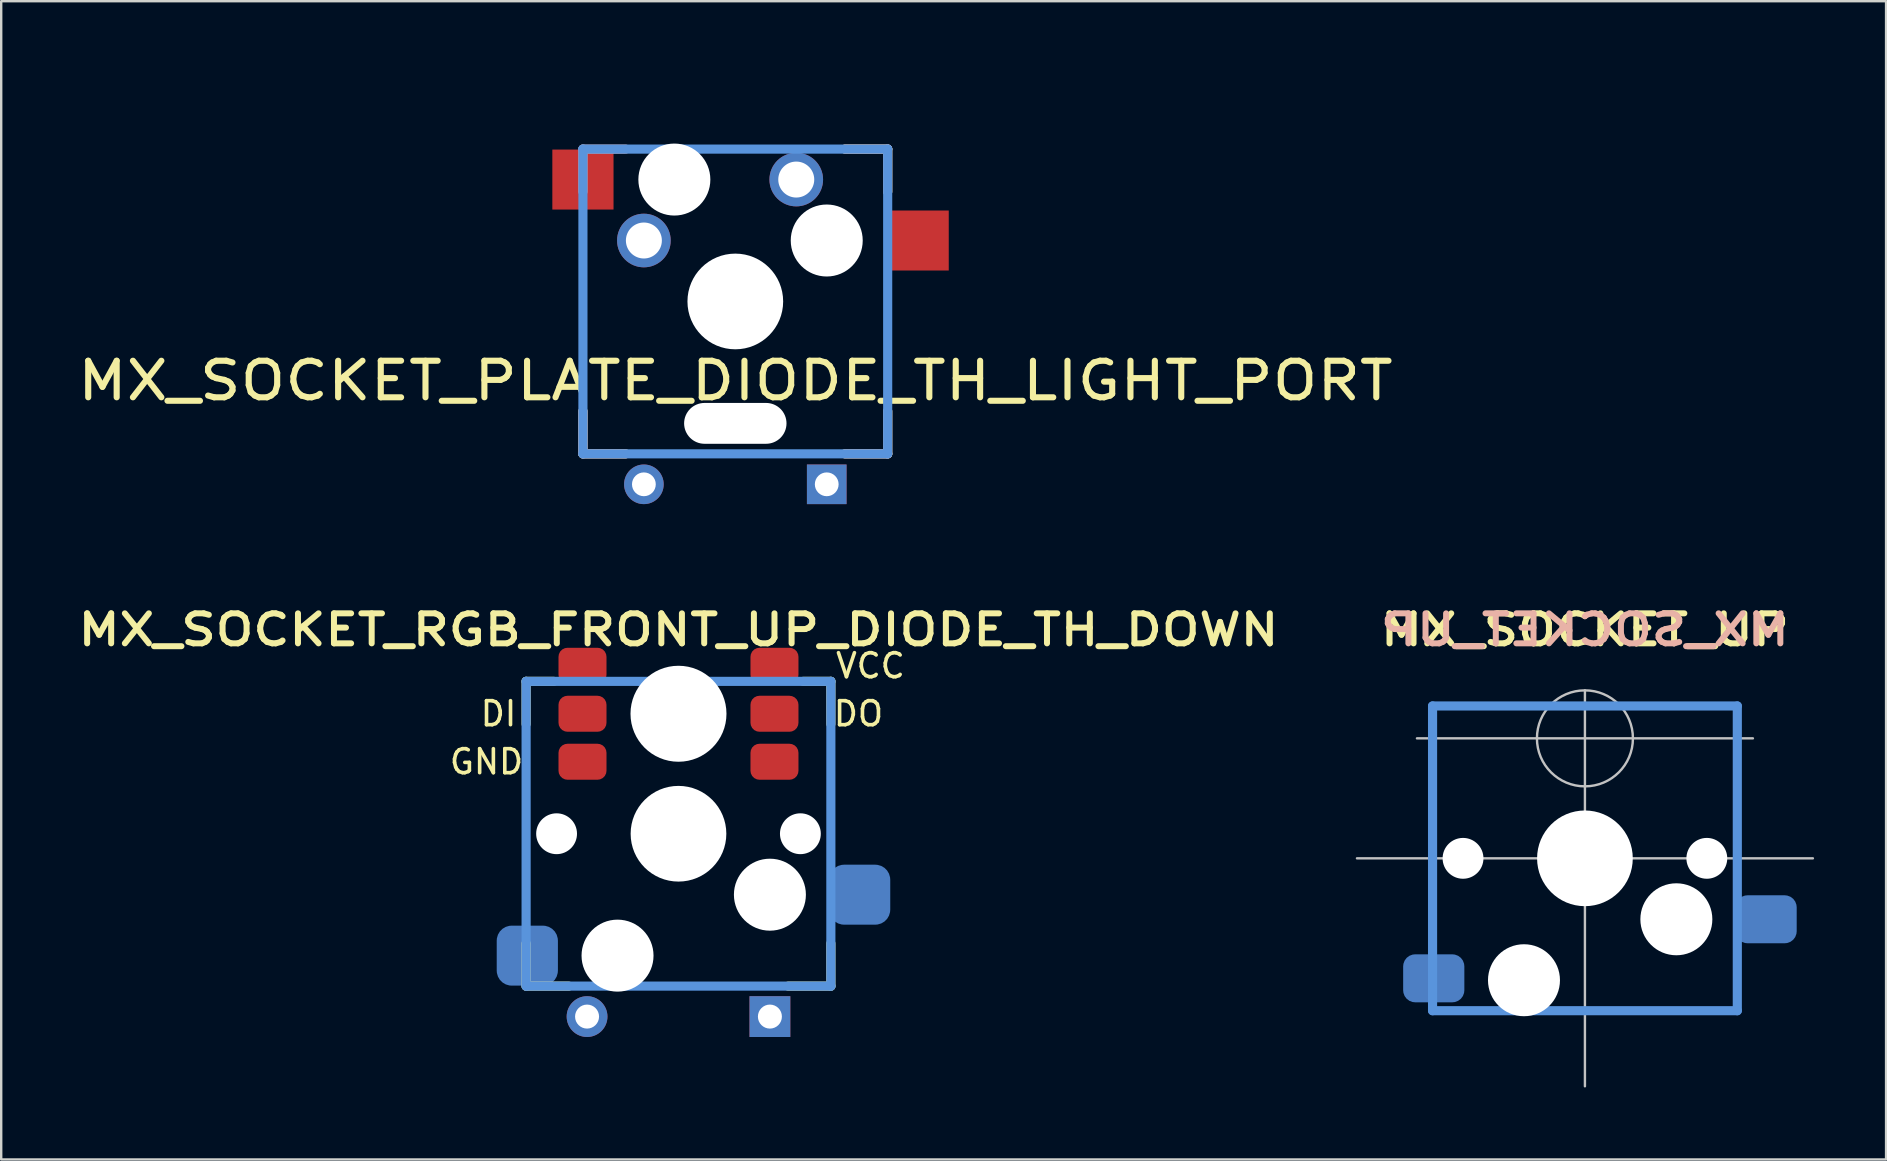
<source format=kicad_pcb>
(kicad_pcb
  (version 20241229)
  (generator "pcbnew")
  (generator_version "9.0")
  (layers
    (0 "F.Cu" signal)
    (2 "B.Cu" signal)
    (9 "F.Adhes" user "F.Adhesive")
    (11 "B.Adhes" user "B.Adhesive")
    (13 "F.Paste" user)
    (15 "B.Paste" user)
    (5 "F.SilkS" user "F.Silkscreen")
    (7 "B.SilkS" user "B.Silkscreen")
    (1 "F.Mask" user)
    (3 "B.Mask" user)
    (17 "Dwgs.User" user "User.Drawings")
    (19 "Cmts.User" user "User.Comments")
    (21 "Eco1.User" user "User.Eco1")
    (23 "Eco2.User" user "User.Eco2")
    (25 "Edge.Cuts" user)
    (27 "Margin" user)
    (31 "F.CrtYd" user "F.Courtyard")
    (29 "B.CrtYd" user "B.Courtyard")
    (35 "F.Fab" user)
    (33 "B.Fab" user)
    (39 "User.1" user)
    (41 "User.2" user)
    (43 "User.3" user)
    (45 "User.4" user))
  (footprint "MX_SOCKET_UP"
    (layer "F.Cu")
    (at 63 32.72)
    (property "Reference" "MX_SOCKET_UP" (at 0 -9.525 180) (layer "F.SilkS") (effects (font (size 1.25 1.5) (thickness 0.25))))
    (attr through_hole)
    (fp_line (start -9.5 0) (end 9.5 0) (stroke (width 0.1) (type solid)) (layer "Dwgs.User"))
    (fp_line (start -7 -5) (end 7 -5) (stroke (width 0.1) (type solid)) (layer "Dwgs.User"))
    (fp_line (start 0 -7) (end 0 9.5) (stroke (width 0.1) (type solid)) (layer "Dwgs.User"))
    (fp_circle (center 0 -5) (end 2 -5) (stroke (width 0.1) (type solid)) (fill no) (layer "Dwgs.User"))
    (fp_line (start -6.35 -6.35) (end 6.35 -6.35) (stroke (width 0.381) (type solid)) (layer "Cmts.User"))
    (fp_line (start -6.35 6.35) (end -6.35 -6.35) (stroke (width 0.381) (type solid)) (layer "Cmts.User"))
    (fp_line (start 6.35 -6.35) (end 6.35 6.35) (stroke (width 0.381) (type solid)) (layer "Cmts.User"))
    (fp_line (start 6.35 6.35) (end -6.35 6.35) (stroke (width 0.381) (type solid)) (layer "Cmts.User"))
    (fp_line (start -9.5 -9.5) (end 9.5 -9.5) (stroke (width 0.025) (type solid)) (layer "Eco2.User"))
    (fp_line (start -9.5 9.5) (end -9.5 -9.5) (stroke (width 0.025) (type solid)) (layer "Eco2.User"))
    (fp_line (start -7 -7) (end 7 -7) (stroke (width 0.025) (type solid)) (layer "Eco2.User"))
    (fp_line (start -7 7) (end -7 -7) (stroke (width 0.025) (type solid)) (layer "Eco2.User"))
    (fp_line (start 7 7) (end -7 7) (stroke (width 0.025) (type solid)) (layer "Eco2.User"))
    (fp_line (start 7 7) (end 7 -7) (stroke (width 0.025) (type solid)) (layer "Eco2.User"))
    (fp_line (start 9.5 -9.5) (end 9.5 9.5) (stroke (width 0.025) (type solid)) (layer "Eco2.User"))
    (fp_line (start 9.5 9.5) (end -9.5 9.5) (stroke (width 0.025) (type solid)) (layer "Eco2.User"))
    (fp_text user "${REFERENCE}" (at 0 -9.525 0) (layer "B.SilkS") (effects (font (size 1.25 1.5) (thickness 0.25)) (justify mirror)))
    (pad "" np_thru_hole circle (at -5.08 0 180) (size 1.702 1.702) (drill 1.702) (layers "*.Cu" "*.Mask"))
    (pad "" np_thru_hole circle (at -2.54 5.08 180) (size 3 3) (drill 3) (layers "*.Cu" "*.Mask"))
    (pad "" np_thru_hole circle (at 0 0 180) (size 3.988 3.988) (drill 3.988) (layers "*.Cu" "*.Mask"))
    (pad "" np_thru_hole circle (at 3.81 2.54 180) (size 3 3) (drill 3) (layers "*.Cu" "*.Mask"))
    (pad "" np_thru_hole circle (at 5.08 0 180) (size 1.702 1.702) (drill 1.702) (layers "*.Cu" "*.Mask"))
    (pad "1" smd roundrect (at 7.55 2.54 180) (size 2.55 2) (layers "B.Cu" "B.Mask" "B.Paste") (roundrect_rratio 0.25))
    (pad "2" smd roundrect (at -6.3 5 180) (size 2.55 2) (layers "B.Cu" "B.Mask" "B.Paste") (roundrect_rratio 0.25)))
  (footprint "MX_SOCKET_RGB_FRONT_UP_DIODE_TH_DOWN"
    (layer "F.Cu")
    (at 25.225 31.695)
    (property "Reference" "MX_SOCKET_RGB_FRONT_UP_DIODE_TH_DOWN" (at 0 -8.5 180) (layer "F.SilkS") (effects (font (size 1.25 1.5) (thickness 0.25))))
    (attr through_hole)
    (fp_line (start -6.35 -6.35) (end -5.2 -6.35) (stroke (width 0.381) (type solid)) (layer "F.SilkS"))
    (fp_line (start -6.35 -4.572) (end -6.35 -6.35) (stroke (width 0.381) (type solid)) (layer "F.SilkS"))
    (fp_line (start -6.35 6.35) (end -6.35 4.572) (stroke (width 0.381) (type solid)) (layer "F.SilkS"))
    (fp_line (start -4.572 6.35) (end -6.35 6.35) (stroke (width 0.381) (type solid)) (layer "F.SilkS"))
    (fp_line (start 5.2 -6.35) (end 6.35 -6.35) (stroke (width 0.381) (type solid)) (layer "F.SilkS"))
    (fp_line (start 6.35 -6.35) (end 6.35 -4.572) (stroke (width 0.381) (type solid)) (layer "F.SilkS"))
    (fp_line (start 6.35 4.572) (end 6.35 6.35) (stroke (width 0.381) (type solid)) (layer "F.SilkS"))
    (fp_line (start 6.35 6.35) (end 4.572 6.35) (stroke (width 0.381) (type solid)) (layer "F.SilkS"))
    (fp_line (start -6.35 -6.35) (end 6.35 -6.35) (stroke (width 0.381) (type solid)) (layer "Cmts.User"))
    (fp_line (start -6.35 6.35) (end -6.35 -6.35) (stroke (width 0.381) (type solid)) (layer "Cmts.User"))
    (fp_line (start 6.35 -6.35) (end 6.35 6.35) (stroke (width 0.381) (type solid)) (layer "Cmts.User"))
    (fp_line (start 6.35 6.35) (end -6.35 6.35) (stroke (width 0.381) (type solid)) (layer "Cmts.User"))
    (fp_line (start -9.5 -9.5) (end 9.5 -9.5) (stroke (width 0.025) (type solid)) (layer "Eco2.User"))
    (fp_line (start -9.5 9.5) (end -9.5 -9.5) (stroke (width 0.025) (type solid)) (layer "Eco2.User"))
    (fp_line (start -7 -7) (end 7 -7) (stroke (width 0.025) (type solid)) (layer "Eco2.User"))
    (fp_line (start -7 7) (end -7 -7) (stroke (width 0.025) (type solid)) (layer "Eco2.User"))
    (fp_line (start 7 7) (end -7 7) (stroke (width 0.025) (type solid)) (layer "Eco2.User"))
    (fp_line (start 7 7) (end 7 -7) (stroke (width 0.025) (type solid)) (layer "Eco2.User"))
    (fp_line (start 9.5 -9.5) (end 9.5 9.5) (stroke (width 0.025) (type solid)) (layer "Eco2.User"))
    (fp_line (start 9.5 9.5) (end -9.5 9.5) (stroke (width 0.025) (type solid)) (layer "Eco2.User"))
    (fp_text user "DI" (at -7.5 -5 0) (layer "F.SilkS") (effects (font (size 1 1) (thickness 0.15))))
    (fp_text user "VCC" (at 8 -7 0) (layer "F.SilkS") (effects (font (size 1 1) (thickness 0.15))))
    (fp_text user "GND" (at -8 -3 0) (layer "F.SilkS") (effects (font (size 1 1) (thickness 0.15))))
    (fp_text user "DO" (at 7.5 -5 0) (layer "F.SilkS") (effects (font (size 1 1) (thickness 0.15))))
    (pad "" np_thru_hole circle (at -5.08 0 180) (size 1.702 1.702) (drill 1.702) (layers "*.Cu" "*.Mask"))
    (pad "" np_thru_hole circle (at -2.54 5.08 180) (size 3 3) (drill 3) (layers "*.Cu" "*.Mask"))
    (pad "" np_thru_hole circle (at 0 -5 180) (size 4 4) (drill 4) (layers "*.Cu" "*.Mask"))
    (pad "" np_thru_hole circle (at 0 0 180) (size 3.988 3.988) (drill 3.988) (layers "*.Cu" "*.Mask"))
    (pad "" np_thru_hole circle (at 3.81 2.54 180) (size 3 3) (drill 3) (layers "*.Cu" "*.Mask"))
    (pad "" np_thru_hole circle (at 5.08 0 180) (size 1.702 1.702) (drill 1.702) (layers "*.Cu" "*.Mask"))
    (pad "1" smd roundrect (at 7.55 2.54 180) (size 2.55 2.5) (layers "B.Cu" "B.Mask" "B.Paste") (roundrect_rratio 0.25))
    (pad "2" smd roundrect (at -6.3 5.08 180) (size 2.55 2.5) (layers "B.Cu" "B.Mask" "B.Paste") (roundrect_rratio 0.25))
    (pad "3" thru_hole circle (at -3.81 7.62) (size 1.7 1.7) (drill 1) (layers "*.Cu" "*.Mask"))
    (pad "4" thru_hole rect (at 3.81 7.62) (size 1.7 1.7) (drill 1) (layers "*.Cu" "*.Mask"))
    (pad "5" smd roundrect (at -4 -5 180) (size 2 1.5) (layers "F.Cu" "F.Mask" "F.Paste") (roundrect_rratio 0.25))
    (pad "6" smd roundrect (at 4 -5 180) (size 2 1.5) (layers "F.Cu" "F.Mask" "F.Paste") (roundrect_rratio 0.25))
    (pad "7" smd roundrect (at -4 -7 180) (size 2 1.5) (layers "F.Cu" "F.Mask" "F.Paste") (roundrect_rratio 0.25))
    (pad "7" smd roundrect (at 4 -7 180) (size 2 1.5) (layers "F.Cu" "F.Mask" "F.Paste") (roundrect_rratio 0.25))
    (pad "8" smd roundrect (at -4 -3 180) (size 2 1.5) (layers "F.Cu" "F.Mask" "F.Paste") (roundrect_rratio 0.25))
    (pad "8" smd roundrect (at 4 -3 180) (size 2 1.5) (layers "F.Cu" "F.Mask" "F.Paste") (roundrect_rratio 0.25)))
  (footprint "MX_SOCKET_PLATE_DIODE_TH_LIGHT_PORT"
    (layer "F.Cu")
    (at 27.593 9.513)
    (property "Reference" "MX_SOCKET_PLATE_DIODE_TH_LIGHT_PORT" (at 0 3.302 0) (layer "F.SilkS") (effects (font (size 1.524 1.778) (thickness 0.254))))
    (attr through_hole)
    (fp_line (start -6.35 6.35) (end -6.35 4.572) (stroke (width 0.381) (type solid)) (layer "F.SilkS"))
    (fp_line (start -4.572 6.35) (end -6.35 6.35) (stroke (width 0.381) (type solid)) (layer "F.SilkS"))
    (fp_line (start 4.572 -6.35) (end 6.35 -6.35) (stroke (width 0.381) (type solid)) (layer "F.SilkS"))
    (fp_line (start 6.35 -6.35) (end 6.35 -4.572) (stroke (width 0.381) (type solid)) (layer "F.SilkS"))
    (fp_line (start 6.35 4.572) (end 6.35 6.35) (stroke (width 0.381) (type solid)) (layer "F.SilkS"))
    (fp_line (start 6.35 6.35) (end 4.572 6.35) (stroke (width 0.381) (type solid)) (layer "F.SilkS"))
    (fp_line (start -6.35 -6.35) (end -4.572 -6.35) (stroke (width 0.381) (type solid)) (layer "B.SilkS"))
    (fp_line (start -6.35 -4.572) (end -6.35 -6.35) (stroke (width 0.381) (type solid)) (layer "B.SilkS"))
    (fp_line (start -6.35 6.35) (end -6.35 4.572) (stroke (width 0.381) (type solid)) (layer "B.SilkS"))
    (fp_line (start -4.572 6.35) (end -6.35 6.35) (stroke (width 0.381) (type solid)) (layer "B.SilkS"))
    (fp_line (start 4.572 -6.35) (end 6.35 -6.35) (stroke (width 0.381) (type solid)) (layer "B.SilkS"))
    (fp_line (start 6.35 -6.35) (end 6.35 -4.572) (stroke (width 0.381) (type solid)) (layer "B.SilkS"))
    (fp_line (start 6.35 4.572) (end 6.35 6.35) (stroke (width 0.381) (type solid)) (layer "B.SilkS"))
    (fp_line (start 6.35 6.35) (end 4.572 6.35) (stroke (width 0.381) (type solid)) (layer "B.SilkS"))
    (fp_line (start -6.35 -6.35) (end 6.35 -6.35) (stroke (width 0.381) (type solid)) (layer "Cmts.User"))
    (fp_line (start -6.35 6.35) (end -6.35 -6.35) (stroke (width 0.381) (type solid)) (layer "Cmts.User"))
    (fp_line (start 6.35 -6.35) (end 6.35 6.35) (stroke (width 0.381) (type solid)) (layer "Cmts.User"))
    (fp_line (start 6.35 6.35) (end -6.35 6.35) (stroke (width 0.381) (type solid)) (layer "Cmts.User"))
    (fp_line (start -9.5 -9.5) (end 9.5 -9.5) (stroke (width 0.025) (type solid)) (layer "Eco2.User"))
    (fp_line (start -9.5 9.5) (end -9.5 -9.5) (stroke (width 0.025) (type solid)) (layer "Eco2.User"))
    (fp_line (start -7.798 -6.005) (end -6.985 -6.005) (stroke (width 0.152) (type solid)) (layer "Eco2.User"))
    (fp_line (start -7.798 -2.504) (end -7.798 -6.005) (stroke (width 0.152) (type solid)) (layer "Eco2.User"))
    (fp_line (start -7.798 2.504) (end -6.985 2.504) (stroke (width 0.152) (type solid)) (layer "Eco2.User"))
    (fp_line (start -7.798 6.005) (end -7.798 2.504) (stroke (width 0.152) (type solid)) (layer "Eco2.User"))
    (fp_line (start -6.985 -6.985) (end 6.985 -6.985) (stroke (width 0.025) (type solid)) (layer "Eco2.User"))
    (fp_line (start -6.985 -6.005) (end -6.985 -6.985) (stroke (width 0.025) (type solid)) (layer "Eco2.User"))
    (fp_line (start -6.985 -2.504) (end -7.798 -2.504) (stroke (width 0.152) (type solid)) (layer "Eco2.User"))
    (fp_line (start -6.985 2.504) (end -6.985 -2.504) (stroke (width 0.152) (type solid)) (layer "Eco2.User"))
    (fp_line (start -6.985 6.005) (end -7.798 6.005) (stroke (width 0.152) (type solid)) (layer "Eco2.User"))
    (fp_line (start -6.985 6.985) (end -6.985 6.005) (stroke (width 0.025) (type solid)) (layer "Eco2.User"))
    (fp_line (start 6.985 -6.985) (end 6.985 -6.005) (stroke (width 0.025) (type solid)) (layer "Eco2.User"))
    (fp_line (start 6.985 -6.005) (end 7.798 -6.005) (stroke (width 0.152) (type solid)) (layer "Eco2.User"))
    (fp_line (start 6.985 -2.504) (end 6.985 2.504) (stroke (width 0.152) (type solid)) (layer "Eco2.User"))
    (fp_line (start 6.985 2.504) (end 7.798 2.504) (stroke (width 0.152) (type solid)) (layer "Eco2.User"))
    (fp_line (start 6.985 6.005) (end 6.985 6.985) (stroke (width 0.025) (type solid)) (layer "Eco2.User"))
    (fp_line (start 6.985 6.985) (end -6.985 6.985) (stroke (width 0.025) (type solid)) (layer "Eco2.User"))
    (fp_line (start 7.798 -6.005) (end 7.798 -2.504) (stroke (width 0.152) (type solid)) (layer "Eco2.User"))
    (fp_line (start 7.798 -2.504) (end 6.985 -2.504) (stroke (width 0.152) (type solid)) (layer "Eco2.User"))
    (fp_line (start 7.798 2.504) (end 7.798 6.005) (stroke (width 0.152) (type solid)) (layer "Eco2.User"))
    (fp_line (start 7.798 6.005) (end 6.985 6.005) (stroke (width 0.152) (type solid)) (layer "Eco2.User"))
    (fp_line (start 9.5 -9.5) (end 9.5 9.5) (stroke (width 0.025) (type solid)) (layer "Eco2.User"))
    (fp_line (start 9.5 9.5) (end -9.5 9.5) (stroke (width 0.025) (type solid)) (layer "Eco2.User"))
    (pad "" np_thru_hole circle (at -2.54 -5.08) (size 3 3) (drill 3) (layers "*.Cu" "*.Mask"))
    (pad "" np_thru_hole circle (at 0 0) (size 3.988 3.988) (drill 3.988) (layers "*.Cu" "*.Mask"))
    (pad "" np_thru_hole oval (at 0 5.08) (size 4.267 1.702) (drill oval 4.267 1.702) (layers "*.Cu" "*.Mask"))
    (pad "" np_thru_hole circle (at 3.81 -2.54) (size 3 3) (drill 3) (layers "*.Cu" "*.Mask"))
    (pad "1" thru_hole circle (at 2.54 -5.08) (size 2.235 2.235) (drill 1.499) (layers "*.Cu" "*.Mask"))
    (pad "1" smd rect (at 7.62 -2.54) (size 2.55 2.5) (layers "F.Cu" "F.Mask" "F.Paste"))
    (pad "2" smd rect (at -6.35 -5.08) (size 2.55 2.5) (layers "F.Cu" "F.Mask" "F.Paste"))
    (pad "2" thru_hole circle (at -3.81 -2.54) (size 2.235 2.235) (drill 1.499) (layers "*.Cu" "*.Mask"))
    (pad "3" thru_hole circle (at -3.81 7.62) (size 1.651 1.651) (drill 0.991) (layers "*.Cu" "*.Mask"))
    (pad "4" thru_hole rect (at 3.81 7.62) (size 1.651 1.651) (drill 0.991) (layers "*.Cu" "*.Mask")))
  (gr_rect
    (start -3 -3)
    (end 75.55 45.27)
    (stroke (width 0.1) (type default))
    (fill no)
    (layer "Edge.Cuts")))
</source>
